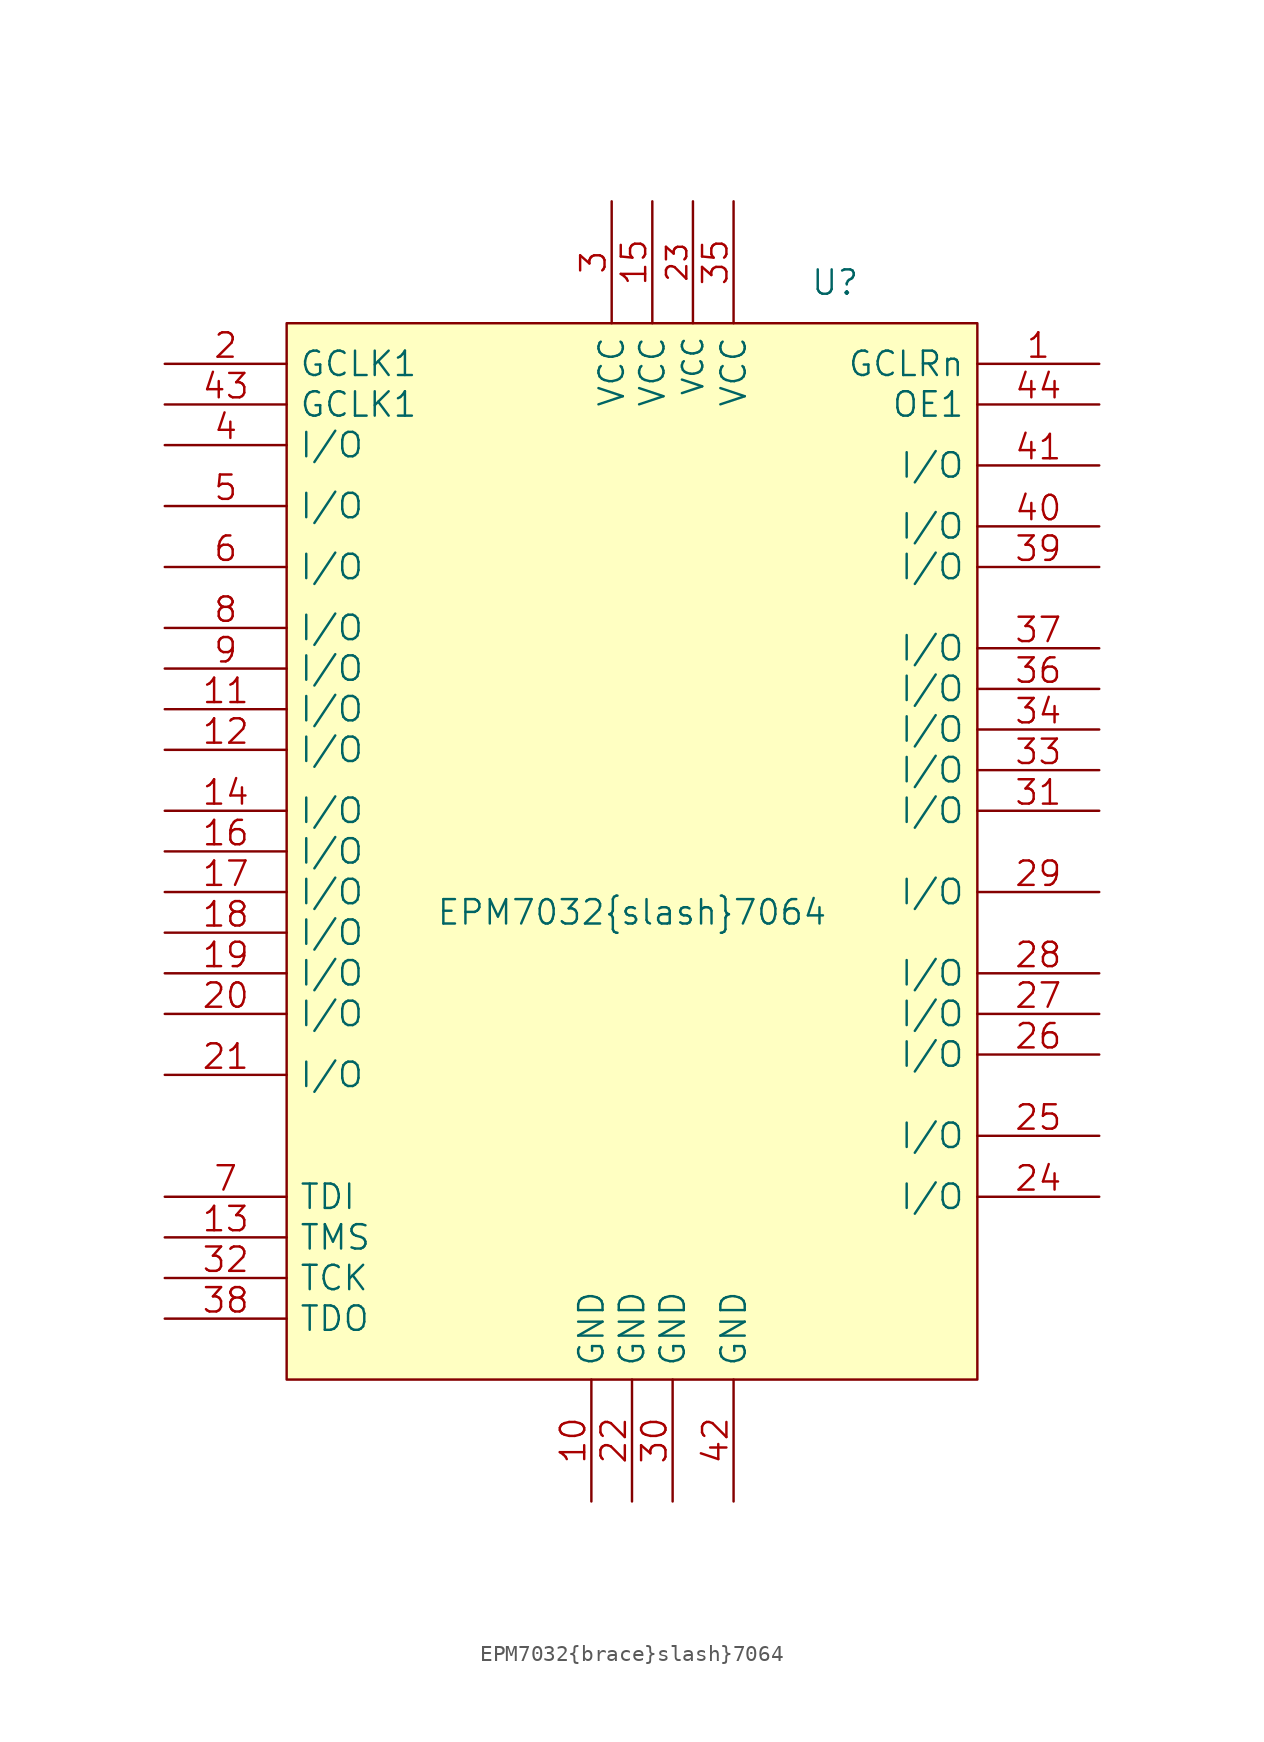
<source format=kicad_sym>
(kicad_symbol_lib
  (version 20211014)
  (generator kicad_symbol_editor)
  (symbol "EPM7032{brace}slash}7064"
    (pin_names
      (offset 0.762))
    (property "Reference" "U"
      (at 12.7 35.56 0)
      (effects (font (size 1.524 1.524))))
    (property "Value" "EPM7032{brace}slash}7064"
      (at 0 -3.81 0)
      (effects (font (size 1.524 1.524))))
    (property "Footprint" ""
      (at 0 0 0)
      (effects (font (size 1.524 1.524))))
    (property "Datasheet" ""
      (at 0 0 0)
      (effects (font (size 1.524 1.524))))
    (symbol "EPM7032{brace}slash}7064_0_1"
      (rectangle (start -21.59 33.02) (end 21.59 -33.02) (stroke (width 0) (type default) (color 0 0 0 0)) (fill (type background))))
    (symbol "EPM7032{brace}slash}7064_1_1"
      (pin bidirectional line (at 29.21 30.48 180) (length 7.62) (name "GCLRn" (effects (font (size 1.524 1.524)))) (number "1" (effects (font (size 1.524 1.524)))))
      (pin power_in line (at -2.54 -40.64 90) (length 7.62) (name "GND" (effects (font (size 1.524 1.524)))) (number "10" (effects (font (size 1.524 1.524)))))
      (pin bidirectional line (at -29.21 8.89 0) (length 7.62) (name "I/O" (effects (font (size 1.524 1.524)))) (number "11" (effects (font (size 1.524 1.524)))))
      (pin bidirectional line (at -29.21 6.35 0) (length 7.62) (name "I/O" (effects (font (size 1.524 1.524)))) (number "12" (effects (font (size 1.524 1.524)))))
      (pin input line (at -29.21 -24.13 0) (length 7.62) (name "TMS" (effects (font (size 1.524 1.524)))) (number "13" (effects (font (size 1.524 1.524)))))
      (pin bidirectional line (at -29.21 2.54 0) (length 7.62) (name "I/O" (effects (font (size 1.524 1.524)))) (number "14" (effects (font (size 1.524 1.524)))))
      (pin power_in line (at 1.27 40.64 270) (length 7.62) (name "VCC" (effects (font (size 1.524 1.524)))) (number "15" (effects (font (size 1.524 1.524)))))
      (pin bidirectional line (at -29.21 0 0) (length 7.62) (name "I/O" (effects (font (size 1.524 1.524)))) (number "16" (effects (font (size 1.524 1.524)))))
      (pin bidirectional line (at -29.21 -2.54 0) (length 7.62) (name "I/O" (effects (font (size 1.524 1.524)))) (number "17" (effects (font (size 1.524 1.524)))))
      (pin bidirectional line (at -29.21 -5.08 0) (length 7.62) (name "I/O" (effects (font (size 1.524 1.524)))) (number "18" (effects (font (size 1.524 1.524)))))
      (pin bidirectional line (at -29.21 -7.62 0) (length 7.62) (name "I/O" (effects (font (size 1.524 1.524)))) (number "19" (effects (font (size 1.524 1.524)))))
      (pin bidirectional line (at -29.21 30.48 0) (length 7.62) (name "GCLK1" (effects (font (size 1.524 1.524)))) (number "2" (effects (font (size 1.524 1.524)))))
      (pin bidirectional line (at -29.21 -10.16 0) (length 7.62) (name "I/O" (effects (font (size 1.524 1.524)))) (number "20" (effects (font (size 1.524 1.524)))))
      (pin bidirectional line (at -29.21 -13.97 0) (length 7.62) (name "I/O" (effects (font (size 1.524 1.524)))) (number "21" (effects (font (size 1.524 1.524)))))
      (pin power_in line (at 0 -40.64 90) (length 7.62) (name "GND" (effects (font (size 1.524 1.524)))) (number "22" (effects (font (size 1.524 1.524)))))
      (pin power_in line (at 3.81 40.64 270) (length 7.62) (name "VCC" (effects (font (size 1.27 1.27)))) (number "23" (effects (font (size 1.27 1.27)))))
      (pin bidirectional line (at 29.21 -21.59 180) (length 7.62) (name "I/O" (effects (font (size 1.524 1.524)))) (number "24" (effects (font (size 1.524 1.524)))))
      (pin bidirectional line (at 29.21 -17.78 180) (length 7.62) (name "I/O" (effects (font (size 1.524 1.524)))) (number "25" (effects (font (size 1.524 1.524)))))
      (pin bidirectional line (at 29.21 -12.7 180) (length 7.62) (name "I/O" (effects (font (size 1.524 1.524)))) (number "26" (effects (font (size 1.524 1.524)))))
      (pin bidirectional line (at 29.21 -10.16 180) (length 7.62) (name "I/O" (effects (font (size 1.524 1.524)))) (number "27" (effects (font (size 1.524 1.524)))))
      (pin bidirectional line (at 29.21 -7.62 180) (length 7.62) (name "I/O" (effects (font (size 1.524 1.524)))) (number "28" (effects (font (size 1.524 1.524)))))
      (pin bidirectional line (at 29.21 -2.54 180) (length 7.62) (name "I/O" (effects (font (size 1.524 1.524)))) (number "29" (effects (font (size 1.524 1.524)))))
      (pin power_in line (at -1.27 40.64 270) (length 7.62) (name "VCC" (effects (font (size 1.524 1.524)))) (number "3" (effects (font (size 1.524 1.524)))))
      (pin power_in line (at 2.54 -40.64 90) (length 7.62) (name "GND" (effects (font (size 1.524 1.524)))) (number "30" (effects (font (size 1.524 1.524)))))
      (pin bidirectional line (at 29.21 2.54 180) (length 7.62) (name "I/O" (effects (font (size 1.524 1.524)))) (number "31" (effects (font (size 1.524 1.524)))))
      (pin input line (at -29.21 -26.67 0) (length 7.62) (name "TCK" (effects (font (size 1.524 1.524)))) (number "32" (effects (font (size 1.524 1.524)))))
      (pin bidirectional line (at 29.21 5.08 180) (length 7.62) (name "I/O" (effects (font (size 1.524 1.524)))) (number "33" (effects (font (size 1.524 1.524)))))
      (pin bidirectional line (at 29.21 7.62 180) (length 7.62) (name "I/O" (effects (font (size 1.524 1.524)))) (number "34" (effects (font (size 1.524 1.524)))))
      (pin power_in line (at 6.35 40.64 270) (length 7.62) (name "VCC" (effects (font (size 1.524 1.524)))) (number "35" (effects (font (size 1.524 1.524)))))
      (pin bidirectional line (at 29.21 10.16 180) (length 7.62) (name "I/O" (effects (font (size 1.524 1.524)))) (number "36" (effects (font (size 1.524 1.524)))))
      (pin bidirectional line (at 29.21 12.7 180) (length 7.62) (name "I/O" (effects (font (size 1.524 1.524)))) (number "37" (effects (font (size 1.524 1.524)))))
      (pin bidirectional line (at -29.21 -29.21 0) (length 7.62) (name "TDO" (effects (font (size 1.524 1.524)))) (number "38" (effects (font (size 1.524 1.524)))))
      (pin bidirectional line (at 29.21 17.78 180) (length 7.62) (name "I/O" (effects (font (size 1.524 1.524)))) (number "39" (effects (font (size 1.524 1.524)))))
      (pin bidirectional line (at -29.21 25.4 0) (length 7.62) (name "I/O" (effects (font (size 1.524 1.524)))) (number "4" (effects (font (size 1.524 1.524)))))
      (pin bidirectional line (at 29.21 20.32 180) (length 7.62) (name "I/O" (effects (font (size 1.524 1.524)))) (number "40" (effects (font (size 1.524 1.524)))))
      (pin bidirectional line (at 29.21 24.13 180) (length 7.62) (name "I/O" (effects (font (size 1.524 1.524)))) (number "41" (effects (font (size 1.524 1.524)))))
      (pin power_in line (at 6.35 -40.64 90) (length 7.62) (name "GND" (effects (font (size 1.524 1.524)))) (number "42" (effects (font (size 1.524 1.524)))))
      (pin bidirectional line (at -29.21 27.94 0) (length 7.62) (name "GCLK1" (effects (font (size 1.524 1.524)))) (number "43" (effects (font (size 1.524 1.524)))))
      (pin bidirectional line (at 29.21 27.94 180) (length 7.62) (name "OE1" (effects (font (size 1.524 1.524)))) (number "44" (effects (font (size 1.524 1.524)))))
      (pin bidirectional line (at -29.21 21.59 0) (length 7.62) (name "I/O" (effects (font (size 1.524 1.524)))) (number "5" (effects (font (size 1.524 1.524)))))
      (pin bidirectional line (at -29.21 17.78 0) (length 7.62) (name "I/O" (effects (font (size 1.524 1.524)))) (number "6" (effects (font (size 1.524 1.524)))))
      (pin input line (at -29.21 -21.59 0) (length 7.62) (name "TDI" (effects (font (size 1.524 1.524)))) (number "7" (effects (font (size 1.524 1.524)))))
      (pin bidirectional line (at -29.21 13.97 0) (length 7.62) (name "I/O" (effects (font (size 1.524 1.524)))) (number "8" (effects (font (size 1.524 1.524)))))
      (pin bidirectional line (at -29.21 11.43 0) (length 7.62) (name "I/O" (effects (font (size 1.524 1.524)))) (number "9" (effects (font (size 1.524 1.524))))))))
</source>
